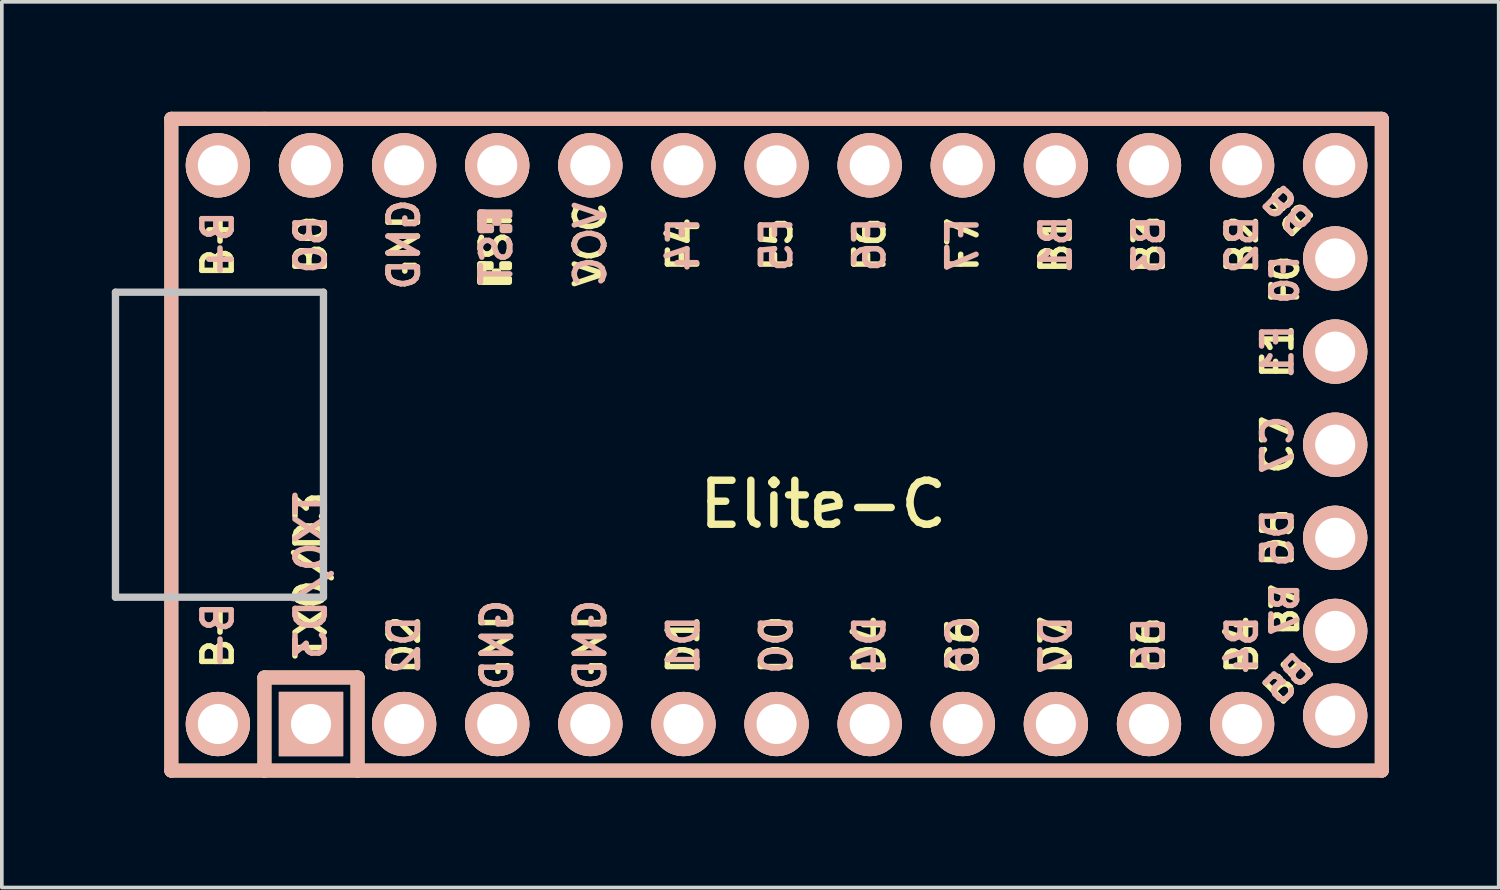
<source format=kicad_pcb>
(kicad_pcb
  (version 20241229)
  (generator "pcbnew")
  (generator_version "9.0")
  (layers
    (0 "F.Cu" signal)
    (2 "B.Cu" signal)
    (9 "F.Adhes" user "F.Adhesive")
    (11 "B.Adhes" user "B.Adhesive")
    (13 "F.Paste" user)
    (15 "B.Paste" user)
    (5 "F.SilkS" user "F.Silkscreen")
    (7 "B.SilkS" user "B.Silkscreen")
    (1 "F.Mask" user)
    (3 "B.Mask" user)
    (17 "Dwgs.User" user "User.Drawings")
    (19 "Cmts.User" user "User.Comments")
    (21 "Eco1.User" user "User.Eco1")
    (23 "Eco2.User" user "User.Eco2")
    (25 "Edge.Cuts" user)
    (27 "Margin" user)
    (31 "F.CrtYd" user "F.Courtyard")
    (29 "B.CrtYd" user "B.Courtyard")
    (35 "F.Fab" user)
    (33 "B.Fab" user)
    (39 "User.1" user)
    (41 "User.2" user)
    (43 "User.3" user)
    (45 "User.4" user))
  (footprint "Elite-C"
    (layer "F.Cu")
    (at 19.404 9.081)
    (property "Reference" "Elite-C" (at 0 1.625 0) (layer "F.SilkS") (effects (font (size 1.2 1.2) (thickness 0.203))))
    (attr through_hole)
    (fp_line (start -17.78 -8.89) (end -17.78 8.89) (stroke (width 0.381) (type solid)) (layer "F.SilkS"))
    (fp_line (start -17.78 8.89) (end -15.24 8.89) (stroke (width 0.381) (type solid)) (layer "F.SilkS"))
    (fp_line (start -15.24 -8.89) (end -17.78 -8.89) (stroke (width 0.381) (type solid)) (layer "F.SilkS"))
    (fp_line (start -15.24 6.35) (end -15.24 8.89) (stroke (width 0.381) (type solid)) (layer "F.SilkS"))
    (fp_line (start -15.24 6.35) (end -12.7 6.35) (stroke (width 0.381) (type solid)) (layer "F.SilkS"))
    (fp_line (start -15.24 8.89) (end 15.24 8.89) (stroke (width 0.381) (type solid)) (layer "F.SilkS"))
    (fp_line (start -12.7 6.35) (end -12.7 8.89) (stroke (width 0.381) (type solid)) (layer "F.SilkS"))
    (fp_line (start 15.24 -8.89) (end -15.24 -8.89) (stroke (width 0.381) (type solid)) (layer "F.SilkS"))
    (fp_line (start 15.24 8.89) (end 15.24 -8.89) (stroke (width 0.381) (type solid)) (layer "F.SilkS"))
    (fp_poly (pts (xy -9.361 -4.932) (xy -9.261 -4.932) (xy -9.261 -4.432) (xy -9.361 -4.432)) (stroke (width 0.15) (type solid)) (fill yes) (layer "F.SilkS"))
    (fp_poly (pts (xy -9.361 -4.932) (xy -9.061 -4.932) (xy -9.061 -4.832) (xy -9.361 -4.832)) (stroke (width 0.15) (type solid)) (fill yes) (layer "F.SilkS"))
    (fp_poly (pts (xy -9.361 -4.532) (xy -8.561 -4.532) (xy -8.561 -4.432) (xy -9.361 -4.432)) (stroke (width 0.15) (type solid)) (fill yes) (layer "F.SilkS"))
    (fp_poly (pts (xy -8.961 -4.732) (xy -8.861 -4.732) (xy -8.861 -4.632) (xy -8.961 -4.632)) (stroke (width 0.15) (type solid)) (fill yes) (layer "F.SilkS"))
    (fp_poly (pts (xy -8.761 -4.932) (xy -8.561 -4.932) (xy -8.561 -4.832) (xy -8.761 -4.832)) (stroke (width 0.15) (type solid)) (fill yes) (layer "F.SilkS"))
    (fp_line (start -17.78 -8.89) (end -17.78 8.89) (stroke (width 0.381) (type solid)) (layer "B.SilkS"))
    (fp_line (start -17.78 8.89) (end 15.24 8.89) (stroke (width 0.381) (type solid)) (layer "B.SilkS"))
    (fp_line (start -15.24 6.35) (end -15.24 8.89) (stroke (width 0.381) (type solid)) (layer "B.SilkS"))
    (fp_line (start -15.24 6.35) (end -12.7 6.35) (stroke (width 0.381) (type solid)) (layer "B.SilkS"))
    (fp_line (start -12.7 6.35) (end -12.7 8.89) (stroke (width 0.381) (type solid)) (layer "B.SilkS"))
    (fp_line (start 15.24 -8.89) (end -17.78 -8.89) (stroke (width 0.381) (type solid)) (layer "B.SilkS"))
    (fp_line (start 15.24 8.89) (end 15.24 -8.89) (stroke (width 0.381) (type solid)) (layer "B.SilkS"))
    (fp_poly (pts (xy -9.351 -6.245) (xy -8.551 -6.245) (xy -8.551 -6.345) (xy -9.351 -6.345)) (stroke (width 0.15) (type solid)) (fill yes) (layer "B.SilkS"))
    (fp_poly (pts (xy -9.351 -5.845) (xy -9.251 -5.845) (xy -9.251 -6.345) (xy -9.351 -6.345)) (stroke (width 0.15) (type solid)) (fill yes) (layer "B.SilkS"))
    (fp_poly (pts (xy -9.351 -5.845) (xy -9.051 -5.845) (xy -9.051 -5.945) (xy -9.351 -5.945)) (stroke (width 0.15) (type solid)) (fill yes) (layer "B.SilkS"))
    (fp_poly (pts (xy -8.951 -6.045) (xy -8.851 -6.045) (xy -8.851 -6.145) (xy -8.951 -6.145)) (stroke (width 0.15) (type solid)) (fill yes) (layer "B.SilkS"))
    (fp_poly (pts (xy -8.751 -5.845) (xy -8.551 -5.845) (xy -8.551 -5.945) (xy -8.751 -5.945)) (stroke (width 0.15) (type solid)) (fill yes) (layer "B.SilkS"))
    (fp_line (start -19.304 -4.16) (end -13.63 -4.16) (stroke (width 0.2) (type solid)) (layer "Dwgs.User"))
    (fp_line (start -19.304 4.16) (end -19.304 -4.16) (stroke (width 0.2) (type solid)) (layer "Dwgs.User"))
    (fp_line (start -13.63 -4.16) (end -13.63 4.16) (stroke (width 0.2) (type solid)) (layer "Dwgs.User"))
    (fp_line (start -13.63 4.16) (end -19.304 4.16) (stroke (width 0.2) (type solid)) (layer "Dwgs.User"))
    (fp_text user "VCC" (at -6.35 -5.461 90) (layer "F.SilkS") (effects (font (size 0.8 0.8) (thickness 0.15))))
    (fp_text user "D7" (at 6.35 5.461 90) (layer "F.SilkS") (effects (font (size 0.8 0.8) (thickness 0.15))))
    (fp_text user "E6" (at 8.89 5.461 90) (layer "F.SilkS") (effects (font (size 0.8 0.8) (thickness 0.15))))
    (fp_text user "GND" (at -11.43 -5.461 90) (layer "F.SilkS") (effects (font (size 0.8 0.8) (thickness 0.15))))
    (fp_text user "D0" (at -1.27 5.461 90) (layer "F.SilkS") (effects (font (size 0.8 0.8) (thickness 0.15))))
    (fp_text user "F4" (at -3.81 -5.461 90) (layer "F.SilkS") (effects (font (size 0.8 0.8) (thickness 0.15))))
    (fp_text user "GND" (at -6.35 5.461 90) (layer "F.SilkS") (effects (font (size 0.8 0.8) (thickness 0.15))))
    (fp_text user "ST" (at -8.92 -5.733 90) (layer "F.SilkS") (effects (font (size 0.8 0.8) (thickness 0.15))))
    (fp_text user "B7" (at 12.6 4.5 90) (layer "F.SilkS") (effects (font (size 0.7 0.7) (thickness 0.15))))
    (fp_text user "D2" (at -11.43 5.461 90) (layer "F.SilkS") (effects (font (size 0.8 0.8) (thickness 0.15))))
    (fp_text user "B+" (at -16.51 -5.461 90) (layer "F.SilkS") (effects (font (size 0.8 0.8) (thickness 0.15))))
    (fp_text user "F5" (at -1.27 -5.461 90) (layer "F.SilkS") (effects (font (size 0.8 0.8) (thickness 0.15))))
    (fp_text user "C7" (at 12.4 0 90) (layer "F.SilkS") (effects (font (size 0.8 0.8) (thickness 0.15))))
    (fp_text user "C6" (at 3.81 5.461 90) (layer "F.SilkS") (effects (font (size 0.8 0.8) (thickness 0.15))))
    (fp_text user "B3" (at 8.89 -5.461 90) (layer "F.SilkS") (effects (font (size 0.8 0.8) (thickness 0.15))))
    (fp_text user "B6" (at 12.7 -6.4 135) (unlocked yes) (layer "F.SilkS") (effects (font (size 0.7 0.7) (thickness 0.15))))
    (fp_text user "F0" (at 12.6 -4.5 90) (layer "F.SilkS") (effects (font (size 0.7 0.7) (thickness 0.15))))
    (fp_text user "B5" (at 12.7 6.4 45) (layer "F.SilkS") (effects (font (size 0.7 0.7) (thickness 0.15))))
    (fp_text user "D4" (at 1.27 5.461 90) (layer "F.SilkS") (effects (font (size 0.8 0.8) (thickness 0.15))))
    (fp_text user "F1" (at 12.4 -2.54 90) (layer "F.SilkS") (effects (font (size 0.8 0.8) (thickness 0.15))))
    (fp_text user "D1" (at -3.81 5.461 90) (layer "F.SilkS") (effects (font (size 0.8 0.8) (thickness 0.15))))
    (fp_text user "F7" (at 3.81 -5.461 90) (layer "F.SilkS") (effects (font (size 0.8 0.8) (thickness 0.15))))
    (fp_text user "D5" (at 12.4 2.54 90) (layer "F.SilkS") (effects (font (size 0.8 0.8) (thickness 0.15))))
    (fp_text user "B1" (at 6.35 -5.461 90) (layer "F.SilkS") (effects (font (size 0.8 0.8) (thickness 0.15))))
    (fp_text user "B-" (at -16.51 5.207 90) (layer "F.SilkS") (effects (font (size 0.8 0.8) (thickness 0.15))))
    (fp_text user "GND" (at -8.89 5.461 90) (layer "F.SilkS") (effects (font (size 0.8 0.8) (thickness 0.15))))
    (fp_text user "B2" (at 11.43 -5.461 90) (layer "F.SilkS") (effects (font (size 0.8 0.8) (thickness 0.15))))
    (fp_text user "TX0/D3" (at -13.97 3.572 90) (layer "F.SilkS") (effects (font (size 0.8 0.8) (thickness 0.15))))
    (fp_text user "F6" (at 1.27 -5.461 90) (layer "F.SilkS") (effects (font (size 0.8 0.8) (thickness 0.15))))
    (fp_text user "B4" (at 11.43 5.461 90) (layer "F.SilkS") (effects (font (size 0.8 0.8) (thickness 0.15))))
    (fp_text user "B0" (at -13.97 -5.461 90) (layer "F.SilkS") (effects (font (size 0.8 0.8) (thickness 0.15))))
    (fp_text user "GND" (at -8.89 5.461 90) (layer "B.SilkS") (effects (font (size 0.8 0.8) (thickness 0.15)) (justify mirror)))
    (fp_text user "D7" (at 6.35 5.461 90) (layer "B.SilkS") (effects (font (size 0.8 0.8) (thickness 0.15)) (justify mirror)))
    (fp_text user "B7" (at 12.6 4.5 90) (layer "B.SilkS") (effects (font (size 0.7 0.7) (thickness 0.15)) (justify mirror)))
    (fp_text user "TX0/D3" (at -13.97 3.572 90) (layer "B.SilkS") (effects (font (size 0.8 0.8) (thickness 0.15)) (justify mirror)))
    (fp_text user "B1" (at 6.35 -5.461 90) (layer "B.SilkS") (effects (font (size 0.8 0.8) (thickness 0.15)) (justify mirror)))
    (fp_text user "B4" (at 11.43 5.461 90) (layer "B.SilkS") (effects (font (size 0.8 0.8) (thickness 0.15)) (justify mirror)))
    (fp_text user "B6" (at 12.7 -6.4 135) (unlocked yes) (layer "B.SilkS") (effects (font (size 0.7 0.7) (thickness 0.15)) (justify mirror)))
    (fp_text user "C7" (at 12.4 0 90) (layer "B.SilkS") (effects (font (size 0.8 0.8) (thickness 0.15)) (justify mirror)))
    (fp_text user "ST" (at -8.91 -5.04 90) (layer "B.SilkS") (effects (font (size 0.8 0.8) (thickness 0.15)) (justify mirror)))
    (fp_text user "D2" (at -11.43 5.461 90) (layer "B.SilkS") (effects (font (size 0.8 0.8) (thickness 0.15)) (justify mirror)))
    (fp_text user "GND" (at -6.35 5.461 90) (layer "B.SilkS") (effects (font (size 0.8 0.8) (thickness 0.15)) (justify mirror)))
    (fp_text user "F1" (at 12.4 -2.54 90) (layer "B.SilkS") (effects (font (size 0.8 0.8) (thickness 0.15)) (justify mirror)))
    (fp_text user "D5" (at 12.4 2.54 90) (layer "B.SilkS") (effects (font (size 0.8 0.8) (thickness 0.15)) (justify mirror)))
    (fp_text user "VCC" (at -6.35 -5.461 90) (layer "B.SilkS") (effects (font (size 0.8 0.8) (thickness 0.15)) (justify mirror)))
    (fp_text user "D0" (at -1.27 5.461 90) (layer "B.SilkS") (effects (font (size 0.8 0.8) (thickness 0.15)) (justify mirror)))
    (fp_text user "B2" (at 11.43 -5.461 90) (layer "B.SilkS") (effects (font (size 0.8 0.8) (thickness 0.15)) (justify mirror)))
    (fp_text user "C6" (at 3.81 5.461 90) (layer "B.SilkS") (effects (font (size 0.8 0.8) (thickness 0.15)) (justify mirror)))
    (fp_text user "E6" (at 8.89 5.461 90) (layer "B.SilkS") (effects (font (size 0.8 0.8) (thickness 0.15)) (justify mirror)))
    (fp_text user "B0" (at -13.97 -5.461 90) (layer "B.SilkS") (effects (font (size 0.8 0.8) (thickness 0.15)) (justify mirror)))
    (fp_text user "B3" (at 8.89 -5.461 90) (layer "B.SilkS") (effects (font (size 0.8 0.8) (thickness 0.15)) (justify mirror)))
    (fp_text user "F6" (at 1.27 -5.461 90) (layer "B.SilkS") (effects (font (size 0.8 0.8) (thickness 0.15)) (justify mirror)))
    (fp_text user "D4" (at 1.27 5.461 90) (layer "B.SilkS") (effects (font (size 0.8 0.8) (thickness 0.15)) (justify mirror)))
    (fp_text user "D1" (at -3.81 5.461 90) (layer "B.SilkS") (effects (font (size 0.8 0.8) (thickness 0.15)) (justify mirror)))
    (fp_text user "F4" (at -3.81 -5.461 90) (layer "B.SilkS") (effects (font (size 0.8 0.8) (thickness 0.15)) (justify mirror)))
    (fp_text user "GND" (at -11.43 -5.461 90) (layer "B.SilkS") (effects (font (size 0.8 0.8) (thickness 0.15)) (justify mirror)))
    (fp_text user "B+" (at -16.51 -5.461 90) (layer "B.SilkS") (effects (font (size 0.8 0.8) (thickness 0.15)) (justify mirror)))
    (fp_text user "F7" (at 3.81 -5.461 90) (layer "B.SilkS") (effects (font (size 0.8 0.8) (thickness 0.15)) (justify mirror)))
    (fp_text user "B5" (at 12.7 6.4 45) (layer "B.SilkS") (effects (font (size 0.7 0.7) (thickness 0.15)) (justify mirror)))
    (fp_text user "F0" (at 12.6 -4.5 90) (layer "B.SilkS") (effects (font (size 0.7 0.7) (thickness 0.15)) (justify mirror)))
    (fp_text user "F5" (at -1.27 -5.461 90) (layer "B.SilkS") (effects (font (size 0.8 0.8) (thickness 0.15)) (justify mirror)))
    (fp_text user "B-" (at -16.51 5.207 90) (layer "B.SilkS") (effects (font (size 0.8 0.8) (thickness 0.15)) (justify mirror)))
    (pad "1" thru_hole rect (at -13.97 7.62) (size 1.753 1.753) (drill 1.092) (layers "*.Cu" "*.SilkS" "*.Mask"))
    (pad "2" thru_hole circle (at -11.43 7.62) (size 1.753 1.753) (drill 1.092) (layers "*.Cu" "*.SilkS" "*.Mask"))
    (pad "3" thru_hole circle (at -8.89 7.62) (size 1.753 1.753) (drill 1.092) (layers "*.Cu" "*.SilkS" "*.Mask"))
    (pad "4" thru_hole circle (at -6.35 7.62) (size 1.753 1.753) (drill 1.092) (layers "*.Cu" "*.SilkS" "*.Mask"))
    (pad "5" thru_hole circle (at -3.81 7.62) (size 1.753 1.753) (drill 1.092) (layers "*.Cu" "*.SilkS" "*.Mask"))
    (pad "6" thru_hole circle (at -1.27 7.62) (size 1.753 1.753) (drill 1.092) (layers "*.Cu" "*.SilkS" "*.Mask"))
    (pad "7" thru_hole circle (at 1.27 7.62) (size 1.753 1.753) (drill 1.092) (layers "*.Cu" "*.SilkS" "*.Mask"))
    (pad "8" thru_hole circle (at 3.81 7.62) (size 1.753 1.753) (drill 1.092) (layers "*.Cu" "*.SilkS" "*.Mask"))
    (pad "9" thru_hole circle (at 6.35 7.62) (size 1.753 1.753) (drill 1.092) (layers "*.Cu" "*.SilkS" "*.Mask"))
    (pad "10" thru_hole circle (at 8.89 7.62) (size 1.753 1.753) (drill 1.092) (layers "*.Cu" "*.SilkS" "*.Mask"))
    (pad "11" thru_hole circle (at 11.43 7.62) (size 1.753 1.753) (drill 1.092) (layers "*.Cu" "*.SilkS" "*.Mask"))
    (pad "12" thru_hole circle (at 13.97 7.391) (size 1.753 1.753) (drill 1.092) (layers "*.Cu" "*.SilkS" "*.Mask"))
    (pad "13" thru_hole circle (at 13.97 -7.62) (size 1.753 1.753) (drill 1.092) (layers "*.Cu" "*.SilkS" "*.Mask"))
    (pad "14" thru_hole circle (at 11.43 -7.62) (size 1.753 1.753) (drill 1.092) (layers "*.Cu" "*.SilkS" "*.Mask"))
    (pad "15" thru_hole circle (at 8.89 -7.62) (size 1.753 1.753) (drill 1.092) (layers "*.Cu" "*.SilkS" "*.Mask"))
    (pad "16" thru_hole circle (at 6.35 -7.62) (size 1.753 1.753) (drill 1.092) (layers "*.Cu" "*.SilkS" "*.Mask"))
    (pad "17" thru_hole circle (at 3.81 -7.62) (size 1.753 1.753) (drill 1.092) (layers "*.Cu" "*.SilkS" "*.Mask"))
    (pad "18" thru_hole circle (at 1.27 -7.62) (size 1.753 1.753) (drill 1.092) (layers "*.Cu" "*.SilkS" "*.Mask"))
    (pad "19" thru_hole circle (at -1.27 -7.62) (size 1.753 1.753) (drill 1.092) (layers "*.Cu" "*.SilkS" "*.Mask"))
    (pad "20" thru_hole circle (at -3.81 -7.62) (size 1.753 1.753) (drill 1.092) (layers "*.Cu" "*.SilkS" "*.Mask"))
    (pad "21" thru_hole circle (at -6.35 -7.62) (size 1.753 1.753) (drill 1.092) (layers "*.Cu" "*.SilkS" "*.Mask"))
    (pad "22" thru_hole circle (at -8.89 -7.62) (size 1.753 1.753) (drill 1.092) (layers "*.Cu" "*.SilkS" "*.Mask"))
    (pad "23" thru_hole circle (at -11.43 -7.62) (size 1.753 1.753) (drill 1.092) (layers "*.Cu" "*.SilkS" "*.Mask"))
    (pad "24" thru_hole circle (at -13.97 -7.62) (size 1.753 1.753) (drill 1.092) (layers "*.Cu" "*.SilkS" "*.Mask"))
    (pad "25" thru_hole circle (at 13.97 5.08) (size 1.753 1.753) (drill 1.092) (layers "*.Cu" "*.SilkS" "*.Mask"))
    (pad "26" thru_hole circle (at 13.97 2.54) (size 1.753 1.753) (drill 1.092) (layers "*.Cu" "*.SilkS" "*.Mask"))
    (pad "27" thru_hole circle (at 13.97 0) (size 1.753 1.753) (drill 1.092) (layers "*.Cu" "*.SilkS" "*.Mask"))
    (pad "28" thru_hole circle (at 13.97 -2.54) (size 1.753 1.753) (drill 1.092) (layers "*.Cu" "*.SilkS" "*.Mask"))
    (pad "29" thru_hole circle (at 13.97 -5.08) (size 1.753 1.753) (drill 1.092) (layers "*.Cu" "*.SilkS" "*.Mask"))
    (pad "30" thru_hole circle (at -16.51 -7.62) (size 1.753 1.753) (drill 1.092) (layers "*.Cu" "*.SilkS" "*.Mask"))
    (pad "31" thru_hole circle (at -16.51 7.62) (size 1.753 1.753) (drill 1.092) (layers "*.Cu" "*.SilkS" "*.Mask")))
  (gr_rect
    (start -3 -3)
    (end 37.834 21.161)
    (stroke (width 0.1) (type default))
    (fill no)
    (layer "Edge.Cuts")))
</source>
